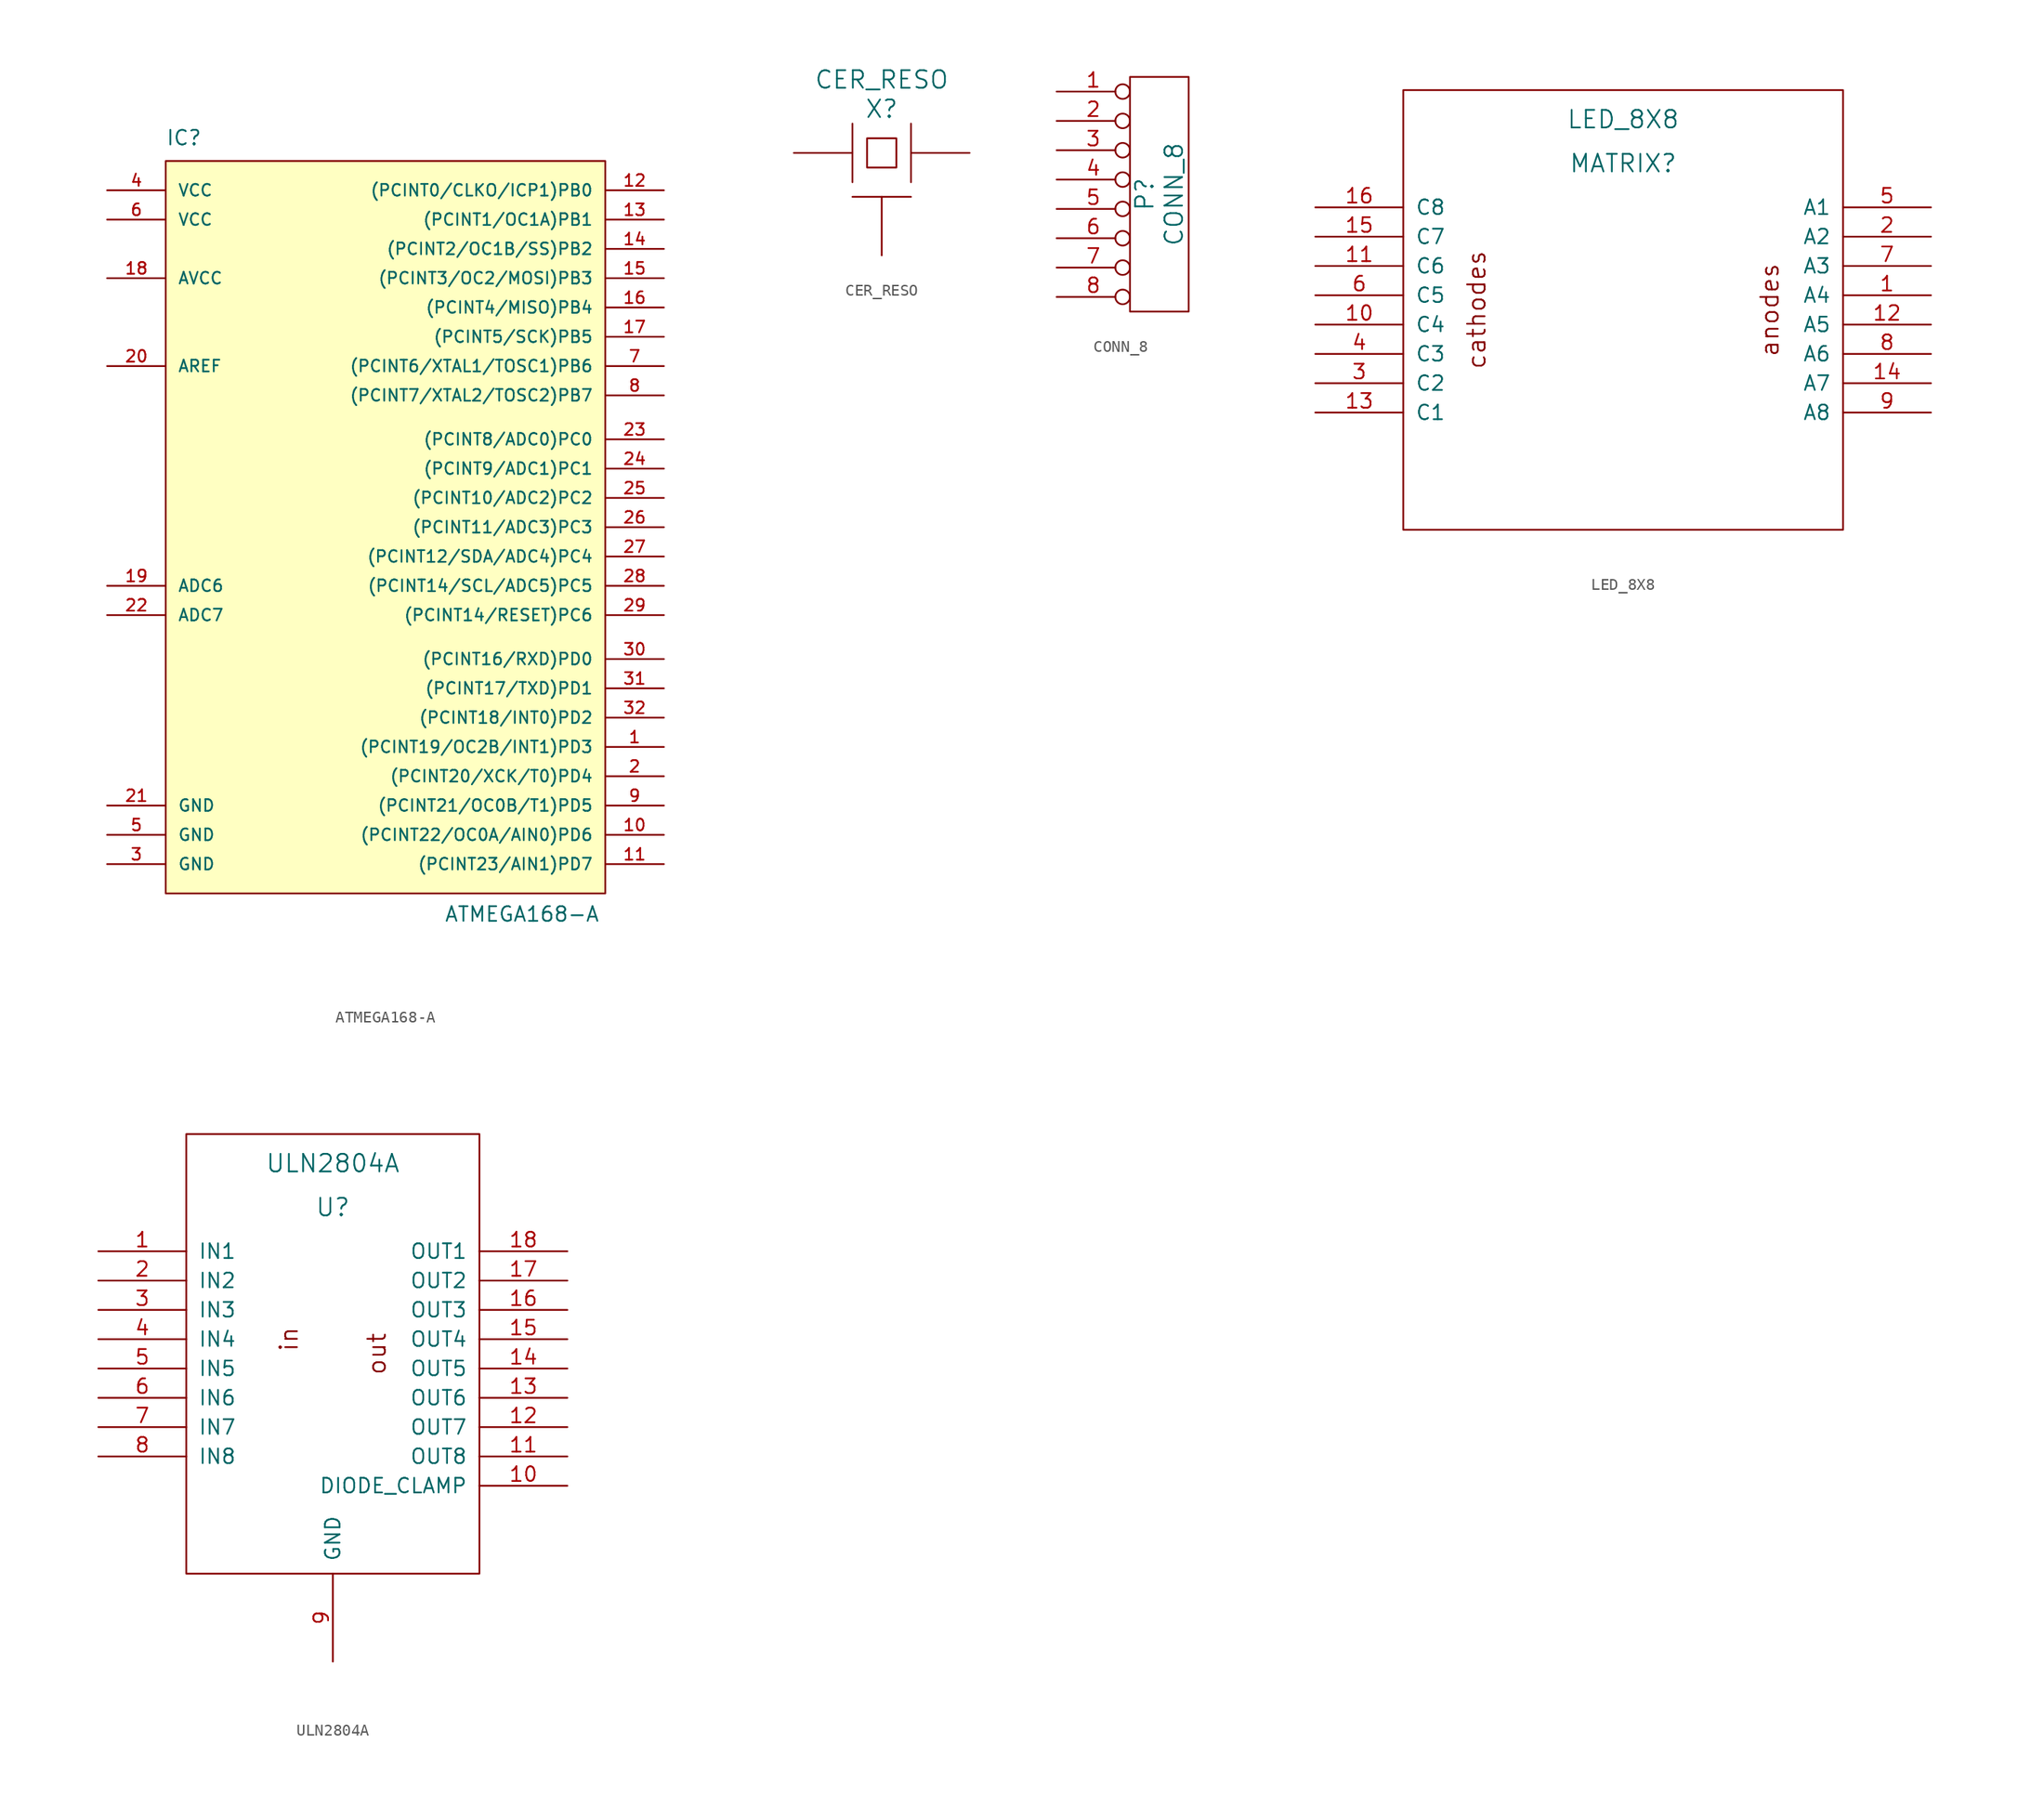
<source format=kicad_sym>
(kicad_symbol_lib
  (version 20211014)
  (generator kicad_symbol_editor)
  (symbol "ATMEGA168-A"
    (pin_names
      (offset 1.016))
    (property "Reference" "IC"
      (at -17.78 31.75 0)
      (effects (font (size 1.27 1.27)) (justify left bottom)))
    (property "Value" "ATMEGA168-A"
      (at 6.35 -35.56 0)
      (effects (font (size 1.27 1.27)) (justify left bottom)))
    (symbol "ATMEGA168-A_0_1"
      (rectangle (start -17.78 30.48) (end 20.32 -33.02) (stroke (width 0) (type default) (color 0 0 0 0)) (fill (type background))))
    (symbol "ATMEGA168-A_1_1"
      (pin bidirectional line (at 25.4 -20.32 180) (length 5.08) (name "(PCINT19/OC2B/INT1)PD3" (effects (font (size 1.016 1.016)))) (number "1" (effects (font (size 1.016 1.016)))))
      (pin bidirectional line (at 25.4 -27.94 180) (length 5.08) (name "(PCINT22/OC0A/AIN0)PD6" (effects (font (size 1.016 1.016)))) (number "10" (effects (font (size 1.016 1.016)))))
      (pin bidirectional line (at 25.4 -30.48 180) (length 5.08) (name "(PCINT23/AIN1)PD7" (effects (font (size 1.016 1.016)))) (number "11" (effects (font (size 1.016 1.016)))))
      (pin bidirectional line (at 25.4 27.94 180) (length 5.08) (name "(PCINT0/CLKO/ICP1)PB0" (effects (font (size 1.016 1.016)))) (number "12" (effects (font (size 1.016 1.016)))))
      (pin bidirectional line (at 25.4 25.4 180) (length 5.08) (name "(PCINT1/OC1A)PB1" (effects (font (size 1.016 1.016)))) (number "13" (effects (font (size 1.016 1.016)))))
      (pin bidirectional line (at 25.4 22.86 180) (length 5.08) (name "(PCINT2/OC1B/SS)PB2" (effects (font (size 1.016 1.016)))) (number "14" (effects (font (size 1.016 1.016)))))
      (pin bidirectional line (at 25.4 20.32 180) (length 5.08) (name "(PCINT3/OC2/MOSI)PB3" (effects (font (size 1.016 1.016)))) (number "15" (effects (font (size 1.016 1.016)))))
      (pin bidirectional line (at 25.4 17.78 180) (length 5.08) (name "(PCINT4/MISO)PB4" (effects (font (size 1.016 1.016)))) (number "16" (effects (font (size 1.016 1.016)))))
      (pin bidirectional line (at 25.4 15.24 180) (length 5.08) (name "(PCINT5/SCK)PB5" (effects (font (size 1.016 1.016)))) (number "17" (effects (font (size 1.016 1.016)))))
      (pin power_in line (at -22.86 20.32 0) (length 5.08) (name "AVCC" (effects (font (size 1.016 1.016)))) (number "18" (effects (font (size 1.016 1.016)))))
      (pin input line (at -22.86 -6.35 0) (length 5.08) (name "ADC6" (effects (font (size 1.016 1.016)))) (number "19" (effects (font (size 1.016 1.016)))))
      (pin bidirectional line (at 25.4 -22.86 180) (length 5.08) (name "(PCINT20/XCK/T0)PD4" (effects (font (size 1.016 1.016)))) (number "2" (effects (font (size 1.016 1.016)))))
      (pin bidirectional line (at -22.86 12.7 0) (length 5.08) (name "AREF" (effects (font (size 1.016 1.016)))) (number "20" (effects (font (size 1.016 1.016)))))
      (pin power_in line (at -22.86 -25.4 0) (length 5.08) (name "GND" (effects (font (size 1.016 1.016)))) (number "21" (effects (font (size 1.016 1.016)))))
      (pin power_in line (at -22.86 -8.89 0) (length 5.08) (name "ADC7" (effects (font (size 1.016 1.016)))) (number "22" (effects (font (size 1.016 1.016)))))
      (pin bidirectional line (at 25.4 6.35 180) (length 5.08) (name "(PCINT8/ADC0)PC0" (effects (font (size 1.016 1.016)))) (number "23" (effects (font (size 1.016 1.016)))))
      (pin bidirectional line (at 25.4 3.81 180) (length 5.08) (name "(PCINT9/ADC1)PC1" (effects (font (size 1.016 1.016)))) (number "24" (effects (font (size 1.016 1.016)))))
      (pin bidirectional line (at 25.4 1.27 180) (length 5.08) (name "(PCINT10/ADC2)PC2" (effects (font (size 1.016 1.016)))) (number "25" (effects (font (size 1.016 1.016)))))
      (pin bidirectional line (at 25.4 -1.27 180) (length 5.08) (name "(PCINT11/ADC3)PC3" (effects (font (size 1.016 1.016)))) (number "26" (effects (font (size 1.016 1.016)))))
      (pin bidirectional line (at 25.4 -3.81 180) (length 5.08) (name "(PCINT12/SDA/ADC4)PC4" (effects (font (size 1.016 1.016)))) (number "27" (effects (font (size 1.016 1.016)))))
      (pin bidirectional line (at 25.4 -6.35 180) (length 5.08) (name "(PCINT14/SCL/ADC5)PC5" (effects (font (size 1.016 1.016)))) (number "28" (effects (font (size 1.016 1.016)))))
      (pin bidirectional line (at 25.4 -8.89 180) (length 5.08) (name "(PCINT14/RESET)PC6" (effects (font (size 1.016 1.016)))) (number "29" (effects (font (size 1.016 1.016)))))
      (pin bidirectional line (at -22.86 -30.48 0) (length 5.08) (name "GND" (effects (font (size 1.016 1.016)))) (number "3" (effects (font (size 1.016 1.016)))))
      (pin bidirectional line (at 25.4 -12.7 180) (length 5.08) (name "(PCINT16/RXD)PD0" (effects (font (size 1.016 1.016)))) (number "30" (effects (font (size 1.016 1.016)))))
      (pin bidirectional line (at 25.4 -15.24 180) (length 5.08) (name "(PCINT17/TXD)PD1" (effects (font (size 1.016 1.016)))) (number "31" (effects (font (size 1.016 1.016)))))
      (pin bidirectional line (at 25.4 -17.78 180) (length 5.08) (name "(PCINT18/INT0)PD2" (effects (font (size 1.016 1.016)))) (number "32" (effects (font (size 1.016 1.016)))))
      (pin bidirectional line (at -22.86 27.94 0) (length 5.08) (name "VCC" (effects (font (size 1.016 1.016)))) (number "4" (effects (font (size 1.016 1.016)))))
      (pin power_in line (at -22.86 -27.94 0) (length 5.08) (name "GND" (effects (font (size 1.016 1.016)))) (number "5" (effects (font (size 1.016 1.016)))))
      (pin power_in line (at -22.86 25.4 0) (length 5.08) (name "VCC" (effects (font (size 1.016 1.016)))) (number "6" (effects (font (size 1.016 1.016)))))
      (pin bidirectional line (at 25.4 12.7 180) (length 5.08) (name "(PCINT6/XTAL1/TOSC1)PB6" (effects (font (size 1.016 1.016)))) (number "7" (effects (font (size 1.016 1.016)))))
      (pin bidirectional line (at 25.4 10.16 180) (length 5.08) (name "(PCINT7/XTAL2/TOSC2)PB7" (effects (font (size 1.016 1.016)))) (number "8" (effects (font (size 1.016 1.016)))))
      (pin bidirectional line (at 25.4 -25.4 180) (length 5.08) (name "(PCINT21/OC0B/T1)PD5" (effects (font (size 1.016 1.016)))) (number "9" (effects (font (size 1.016 1.016)))))))
  (symbol "CER_RESO"
    (pin_numbers hide)
    (pin_names
      (offset 1.016) hide)
    (property "Reference" "X"
      (at 0 3.81 0)
      (effects (font (size 1.524 1.524))))
    (property "Value" "CER_RESO"
      (at 0 6.35 0)
      (effects (font (size 1.524 1.524))))
    (symbol "CER_RESO_0_1"
      (polyline (pts (xy -2.54 2.54) (xy -2.54 -2.54)) (stroke (width 0) (type default) (color 0 0 0 0)) (fill (type none)))
      (polyline (pts (xy 2.54 2.54) (xy 2.54 -2.54)) (stroke (width 0) (type default) (color 0 0 0 0)) (fill (type none)))
      (polyline (pts (xy -2.54 -3.81) (xy 2.54 -3.81) (xy 2.54 -3.81)) (stroke (width 0) (type default) (color 0 0 0 0)) (fill (type none)))
      (polyline (pts (xy -1.27 1.27) (xy 1.27 1.27) (xy 1.27 -1.27) (xy -1.27 -1.27) (xy -1.27 1.27)) (stroke (width 0) (type default) (color 0 0 0 0)) (fill (type none))))
    (symbol "CER_RESO_1_1"
      (pin passive line (at -7.62 0 0) (length 5.08) (name "1" (effects (font (size 1.016 1.016)))) (number "1" (effects (font (size 1.016 1.016)))))
      (pin power_in line (at 0 -8.89 90) (length 5.08) (name "GND" (effects (font (size 1.016 1.016)))) (number "2" (effects (font (size 1.016 1.016)))))
      (pin passive line (at 7.62 0 180) (length 5.08) (name "3" (effects (font (size 1.016 1.016)))) (number "3" (effects (font (size 1.016 1.016)))))))
  (symbol "CONN_8"
    (pin_names
      (offset 1.016) hide)
    (property "Reference" "P"
      (at -1.27 0 90)
      (effects (font (size 1.524 1.524))))
    (property "Value" "CONN_8"
      (at 1.27 0 90)
      (effects (font (size 1.524 1.524))))
    (symbol "CONN_8_0_1"
      (rectangle (start -2.54 10.16) (end 2.54 -10.16) (stroke (width 0) (type default) (color 0 0 0 0)) (fill (type none))))
    (symbol "CONN_8_1_1"
      (pin passive inverted (at -8.89 8.89 0) (length 6.35) (name "P1" (effects (font (size 1.27 1.27)))) (number "1" (effects (font (size 1.27 1.27)))))
      (pin passive inverted (at -8.89 6.35 0) (length 6.35) (name "P2" (effects (font (size 1.27 1.27)))) (number "2" (effects (font (size 1.27 1.27)))))
      (pin passive inverted (at -8.89 3.81 0) (length 6.35) (name "P3" (effects (font (size 1.27 1.27)))) (number "3" (effects (font (size 1.27 1.27)))))
      (pin passive inverted (at -8.89 1.27 0) (length 6.35) (name "P4" (effects (font (size 1.27 1.27)))) (number "4" (effects (font (size 1.27 1.27)))))
      (pin passive inverted (at -8.89 -1.27 0) (length 6.35) (name "P5" (effects (font (size 1.27 1.27)))) (number "5" (effects (font (size 1.27 1.27)))))
      (pin passive inverted (at -8.89 -3.81 0) (length 6.35) (name "P6" (effects (font (size 1.27 1.27)))) (number "6" (effects (font (size 1.27 1.27)))))
      (pin passive inverted (at -8.89 -6.35 0) (length 6.35) (name "P7" (effects (font (size 1.27 1.27)))) (number "7" (effects (font (size 1.27 1.27)))))
      (pin passive inverted (at -8.89 -8.89 0) (length 6.35) (name "P8" (effects (font (size 1.27 1.27)))) (number "8" (effects (font (size 1.27 1.27)))))))
  (symbol "LED_8X8"
    (pin_names
      (offset 1.016))
    (property "Reference" "MATRIX"
      (at 0 12.7 0)
      (effects (font (size 1.524 1.524))))
    (property "Value" "LED_8X8"
      (at 0 16.51 0)
      (effects (font (size 1.524 1.524))))
    (symbol "LED_8X8_0_0"
      (text "cathodes" (at -12.7 0 900) (effects (font (size 1.524 1.524)))))
    (symbol "LED_8X8_0_1"
      (rectangle (start -19.05 -19.05) (end 19.05 19.05) (stroke (width 0) (type default) (color 0 0 0 0)) (fill (type none))))
    (symbol "LED_8X8_1_0"
      (text "anodes" (at 12.7 0 900) (effects (font (size 1.524 1.524)))))
    (symbol "LED_8X8_1_1"
      (pin input line (at 26.67 1.27 180) (length 7.62) (name "A4" (effects (font (size 1.27 1.27)))) (number "1" (effects (font (size 1.27 1.27)))))
      (pin input line (at -26.67 -1.27 0) (length 7.62) (name "C4" (effects (font (size 1.27 1.27)))) (number "10" (effects (font (size 1.27 1.27)))))
      (pin input line (at -26.67 3.81 0) (length 7.62) (name "C6" (effects (font (size 1.27 1.27)))) (number "11" (effects (font (size 1.27 1.27)))))
      (pin input line (at 26.67 -1.27 180) (length 7.62) (name "A5" (effects (font (size 1.27 1.27)))) (number "12" (effects (font (size 1.27 1.27)))))
      (pin input line (at -26.67 -8.89 0) (length 7.62) (name "C1" (effects (font (size 1.27 1.27)))) (number "13" (effects (font (size 1.27 1.27)))))
      (pin input line (at 26.67 -6.35 180) (length 7.62) (name "A7" (effects (font (size 1.27 1.27)))) (number "14" (effects (font (size 1.27 1.27)))))
      (pin input line (at -26.67 6.35 0) (length 7.62) (name "C7" (effects (font (size 1.27 1.27)))) (number "15" (effects (font (size 1.27 1.27)))))
      (pin input line (at -26.67 8.89 0) (length 7.62) (name "C8" (effects (font (size 1.27 1.27)))) (number "16" (effects (font (size 1.27 1.27)))))
      (pin input line (at 26.67 6.35 180) (length 7.62) (name "A2" (effects (font (size 1.27 1.27)))) (number "2" (effects (font (size 1.27 1.27)))))
      (pin input line (at -26.67 -6.35 0) (length 7.62) (name "C2" (effects (font (size 1.27 1.27)))) (number "3" (effects (font (size 1.27 1.27)))))
      (pin input line (at -26.67 -3.81 0) (length 7.62) (name "C3" (effects (font (size 1.27 1.27)))) (number "4" (effects (font (size 1.27 1.27)))))
      (pin input line (at 26.67 8.89 180) (length 7.62) (name "A1" (effects (font (size 1.27 1.27)))) (number "5" (effects (font (size 1.27 1.27)))))
      (pin input line (at -26.67 1.27 0) (length 7.62) (name "C5" (effects (font (size 1.27 1.27)))) (number "6" (effects (font (size 1.27 1.27)))))
      (pin input line (at 26.67 3.81 180) (length 7.62) (name "A3" (effects (font (size 1.27 1.27)))) (number "7" (effects (font (size 1.27 1.27)))))
      (pin input line (at 26.67 -3.81 180) (length 7.62) (name "A6" (effects (font (size 1.27 1.27)))) (number "8" (effects (font (size 1.27 1.27)))))
      (pin input line (at 26.67 -8.89 180) (length 7.62) (name "A8" (effects (font (size 1.27 1.27)))) (number "9" (effects (font (size 1.27 1.27)))))))
  (symbol "ULN2804A"
    (pin_names
      (offset 1.016))
    (property "Reference" "U"
      (at 0 12.7 0)
      (effects (font (size 1.524 1.524))))
    (property "Value" "ULN2804A"
      (at 0 16.51 0)
      (effects (font (size 1.524 1.524))))
    (symbol "ULN2804A_0_0"
      (text "in" (at -3.81 1.27 900) (effects (font (size 1.524 1.524)))))
    (symbol "ULN2804A_1_0"
      (rectangle (start 12.7 19.05) (end -12.7 -19.05) (stroke (width 0) (type default) (color 0 0 0 0)) (fill (type none)))
      (text "out" (at 3.81 0 900) (effects (font (size 1.524 1.524)))))
    (symbol "ULN2804A_1_1"
      (pin input line (at -20.32 8.89 0) (length 7.62) (name "IN1" (effects (font (size 1.27 1.27)))) (number "1" (effects (font (size 1.27 1.27)))))
      (pin input line (at 20.32 -11.43 180) (length 7.62) (name "DIODE_CLAMP" (effects (font (size 1.27 1.27)))) (number "10" (effects (font (size 1.27 1.27)))))
      (pin input line (at 20.32 -8.89 180) (length 7.62) (name "OUT8" (effects (font (size 1.27 1.27)))) (number "11" (effects (font (size 1.27 1.27)))))
      (pin input line (at 20.32 -6.35 180) (length 7.62) (name "OUT7" (effects (font (size 1.27 1.27)))) (number "12" (effects (font (size 1.27 1.27)))))
      (pin input line (at 20.32 -3.81 180) (length 7.62) (name "OUT6" (effects (font (size 1.27 1.27)))) (number "13" (effects (font (size 1.27 1.27)))))
      (pin input line (at 20.32 -1.27 180) (length 7.62) (name "OUT5" (effects (font (size 1.27 1.27)))) (number "14" (effects (font (size 1.27 1.27)))))
      (pin input line (at 20.32 1.27 180) (length 7.62) (name "OUT4" (effects (font (size 1.27 1.27)))) (number "15" (effects (font (size 1.27 1.27)))))
      (pin input line (at 20.32 3.81 180) (length 7.62) (name "OUT3" (effects (font (size 1.27 1.27)))) (number "16" (effects (font (size 1.27 1.27)))))
      (pin input line (at 20.32 6.35 180) (length 7.62) (name "OUT2" (effects (font (size 1.27 1.27)))) (number "17" (effects (font (size 1.27 1.27)))))
      (pin input line (at 20.32 8.89 180) (length 7.62) (name "OUT1" (effects (font (size 1.27 1.27)))) (number "18" (effects (font (size 1.27 1.27)))))
      (pin input line (at -20.32 6.35 0) (length 7.62) (name "IN2" (effects (font (size 1.27 1.27)))) (number "2" (effects (font (size 1.27 1.27)))))
      (pin input line (at -20.32 3.81 0) (length 7.62) (name "IN3" (effects (font (size 1.27 1.27)))) (number "3" (effects (font (size 1.27 1.27)))))
      (pin input line (at -20.32 1.27 0) (length 7.62) (name "IN4" (effects (font (size 1.27 1.27)))) (number "4" (effects (font (size 1.27 1.27)))))
      (pin input line (at -20.32 -1.27 0) (length 7.62) (name "IN5" (effects (font (size 1.27 1.27)))) (number "5" (effects (font (size 1.27 1.27)))))
      (pin input line (at -20.32 -3.81 0) (length 7.62) (name "IN6" (effects (font (size 1.27 1.27)))) (number "6" (effects (font (size 1.27 1.27)))))
      (pin input line (at -20.32 -6.35 0) (length 7.62) (name "IN7" (effects (font (size 1.27 1.27)))) (number "7" (effects (font (size 1.27 1.27)))))
      (pin input line (at -20.32 -8.89 0) (length 7.62) (name "IN8" (effects (font (size 1.27 1.27)))) (number "8" (effects (font (size 1.27 1.27)))))
      (pin input line (at 0 -26.67 90) (length 7.62) (name "GND" (effects (font (size 1.27 1.27)))) (number "9" (effects (font (size 1.27 1.27))))))))
</source>
